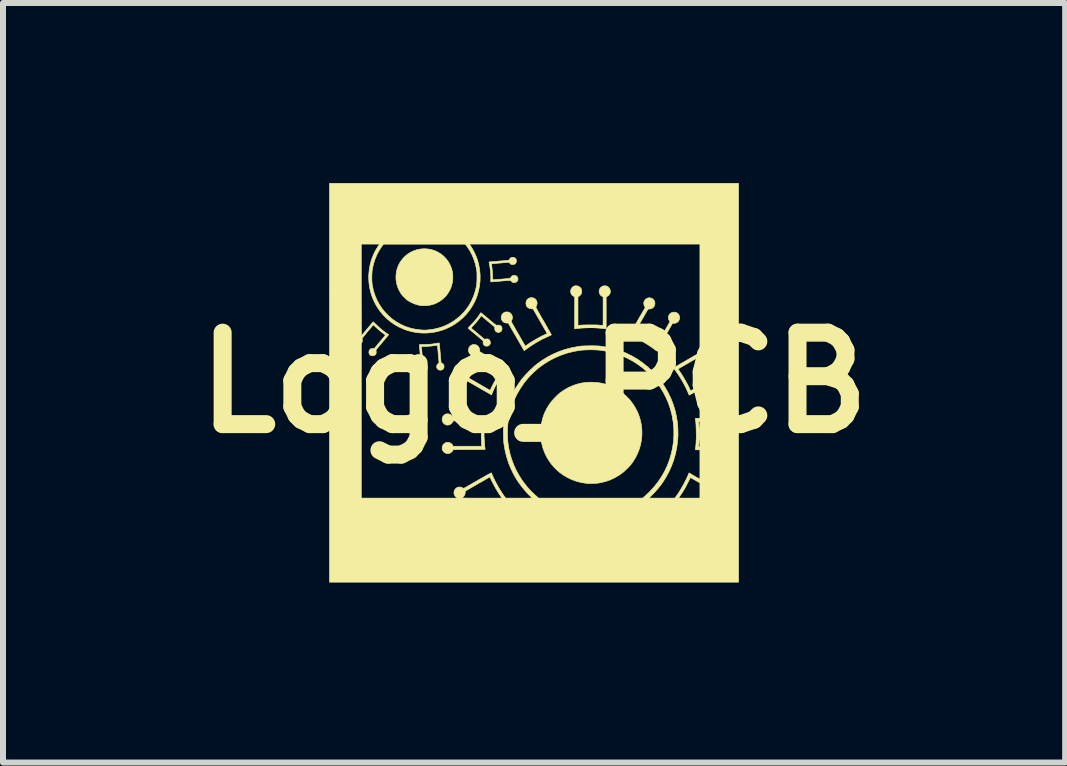
<source format=kicad_pcb>
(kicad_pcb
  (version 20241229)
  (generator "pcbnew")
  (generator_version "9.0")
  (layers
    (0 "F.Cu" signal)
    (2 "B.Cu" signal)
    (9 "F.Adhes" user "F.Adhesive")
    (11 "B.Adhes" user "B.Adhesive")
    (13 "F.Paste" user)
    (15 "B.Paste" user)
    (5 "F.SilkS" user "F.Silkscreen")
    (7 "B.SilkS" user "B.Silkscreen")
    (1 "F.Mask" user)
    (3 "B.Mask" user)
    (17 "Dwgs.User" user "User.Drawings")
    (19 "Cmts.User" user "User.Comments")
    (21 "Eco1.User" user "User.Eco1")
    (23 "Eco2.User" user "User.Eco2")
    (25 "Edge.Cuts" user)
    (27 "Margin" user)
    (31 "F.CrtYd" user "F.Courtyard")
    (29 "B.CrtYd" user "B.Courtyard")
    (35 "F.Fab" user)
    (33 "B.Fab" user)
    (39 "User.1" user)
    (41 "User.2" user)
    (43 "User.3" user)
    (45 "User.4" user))
  (footprint "Logo_PCB"
    (layer "F.Cu")
    (at 5.849 3.328)
    (property "Reference" "Logo_PCB" (at 0 0 0) (layer "F.SilkS") (effects (font (size 1.524 1.524) (thickness 0.3))))
    (attr through_hole)
    (fp_poly (pts (xy -1.775 -2.23) (xy -1.715 -2.22) (xy -1.656 -2.202) (xy -1.616 -2.184) (xy -1.561 -2.152) (xy -1.512 -2.114) (xy -1.469 -2.071) (xy -1.432 -2.022) (xy -1.401 -1.968) (xy -1.377 -1.911) (xy -1.361 -1.85) (xy -1.36 -1.846) (xy -1.356 -1.813) (xy -1.354 -1.776) (xy -1.354 -1.737) (xy -1.357 -1.7) (xy -1.361 -1.671) (xy -1.376 -1.61) (xy -1.399 -1.552) (xy -1.429 -1.499) (xy -1.465 -1.45) (xy -1.507 -1.407) (xy -1.555 -1.369) (xy -1.607 -1.337) (xy -1.663 -1.312) (xy -1.723 -1.295) (xy -1.75 -1.29) (xy -1.782 -1.287) (xy -1.816 -1.285) (xy -1.849 -1.285) (xy -1.878 -1.286) (xy -1.89 -1.287) (xy -1.942 -1.298) (xy -1.996 -1.315) (xy -2.047 -1.338) (xy -2.095 -1.365) (xy -2.096 -1.366) (xy -2.121 -1.384) (xy -2.148 -1.408) (xy -2.174 -1.434) (xy -2.198 -1.461) (xy -2.217 -1.486) (xy -2.219 -1.489) (xy -2.251 -1.544) (xy -2.275 -1.601) (xy -2.291 -1.66) (xy -2.3 -1.719) (xy -2.301 -1.779) (xy -2.295 -1.839) (xy -2.282 -1.897) (xy -2.261 -1.953) (xy -2.233 -2.007) (xy -2.197 -2.057) (xy -2.163 -2.095) (xy -2.116 -2.136) (xy -2.066 -2.17) (xy -2.011 -2.196) (xy -1.954 -2.216) (xy -1.896 -2.228) (xy -1.836 -2.233) (xy -1.775 -2.23)) (stroke (width 0.01) (type solid)) (fill yes) (layer "F.SilkS"))
    (fp_poly (pts (xy 1.042 -0.005) (xy 1.125 0.007) (xy 1.205 0.027) (xy 1.283 0.056) (xy 1.357 0.092) (xy 1.414 0.126) (xy 1.482 0.175) (xy 1.543 0.23) (xy 1.599 0.289) (xy 1.647 0.352) (xy 1.689 0.419) (xy 1.725 0.488) (xy 1.753 0.561) (xy 1.775 0.636) (xy 1.79 0.712) (xy 1.797 0.789) (xy 1.798 0.867) (xy 1.791 0.945) (xy 1.777 1.023) (xy 1.756 1.1) (xy 1.727 1.175) (xy 1.691 1.248) (xy 1.647 1.319) (xy 1.622 1.353) (xy 1.603 1.376) (xy 1.579 1.402) (xy 1.552 1.429) (xy 1.524 1.456) (xy 1.497 1.481) (xy 1.481 1.494) (xy 1.415 1.542) (xy 1.343 1.584) (xy 1.268 1.619) (xy 1.19 1.646) (xy 1.11 1.665) (xy 1.082 1.67) (xy 1.052 1.674) (xy 1.018 1.676) (xy 0.981 1.678) (xy 0.944 1.679) (xy 0.91 1.678) (xy 0.881 1.677) (xy 0.874 1.676) (xy 0.791 1.664) (xy 0.71 1.643) (xy 0.631 1.615) (xy 0.556 1.579) (xy 0.485 1.537) (xy 0.418 1.488) (xy 0.363 1.438) (xy 0.305 1.376) (xy 0.255 1.309) (xy 0.211 1.238) (xy 0.176 1.164) (xy 0.147 1.086) (xy 0.127 1.006) (xy 0.114 0.923) (xy 0.11 0.838) (xy 0.11 0.836) (xy 0.114 0.75) (xy 0.126 0.667) (xy 0.146 0.586) (xy 0.173 0.509) (xy 0.209 0.435) (xy 0.252 0.364) (xy 0.302 0.298) (xy 0.345 0.251) (xy 0.392 0.204) (xy 0.439 0.164) (xy 0.488 0.13) (xy 0.54 0.098) (xy 0.582 0.076) (xy 0.655 0.044) (xy 0.728 0.02) (xy 0.803 0.003) (xy 0.88 -0.007) (xy 0.957 -0.009) (xy 1.042 -0.005)) (stroke (width 0.01) (type solid)) (fill yes) (layer "F.SilkS"))
    (fp_poly (pts (xy -0.883 -1.165) (xy -0.874 -1.158) (xy -0.86 -1.147) (xy -0.841 -1.131) (xy -0.819 -1.113) (xy -0.794 -1.092) (xy -0.766 -1.069) (xy -0.757 -1.061) (xy -0.724 -1.033) (xy -0.696 -1.01) (xy -0.674 -0.992) (xy -0.656 -0.978) (xy -0.643 -0.968) (xy -0.633 -0.961) (xy -0.626 -0.958) (xy -0.623 -0.957) (xy -0.622 -0.957) (xy -0.608 -0.961) (xy -0.59 -0.961) (xy -0.573 -0.958) (xy -0.558 -0.951) (xy -0.544 -0.939) (xy -0.536 -0.924) (xy -0.534 -0.904) (xy -0.533 -0.9) (xy -0.537 -0.877) (xy -0.547 -0.859) (xy -0.563 -0.846) (xy -0.565 -0.845) (xy -0.587 -0.839) (xy -0.608 -0.84) (xy -0.627 -0.847) (xy -0.642 -0.861) (xy -0.652 -0.879) (xy -0.655 -0.901) (xy -0.655 -0.905) (xy -0.654 -0.928) (xy -0.766 -1.022) (xy -0.878 -1.117) (xy -0.887 -1.106) (xy -0.893 -1.098) (xy -0.902 -1.086) (xy -0.914 -1.07) (xy -0.926 -1.053) (xy -0.941 -1.034) (xy -0.96 -1.012) (xy -0.98 -0.989) (xy -1 -0.967) (xy -1.004 -0.963) (xy -1.02 -0.946) (xy -1.033 -0.931) (xy -1.043 -0.919) (xy -1.047 -0.912) (xy -1.047 -0.911) (xy -1.043 -0.907) (xy -1.034 -0.899) (xy -1.019 -0.886) (xy -1 -0.871) (xy -0.978 -0.852) (xy -0.953 -0.831) (xy -0.935 -0.816) (xy -0.826 -0.724) (xy -0.805 -0.729) (xy -0.781 -0.731) (xy -0.76 -0.726) (xy -0.744 -0.714) (xy -0.733 -0.697) (xy -0.728 -0.675) (xy -0.728 -0.67) (xy -0.73 -0.649) (xy -0.738 -0.634) (xy -0.751 -0.621) (xy -0.753 -0.619) (xy -0.77 -0.612) (xy -0.79 -0.61) (xy -0.81 -0.612) (xy -0.822 -0.617) (xy -0.836 -0.63) (xy -0.845 -0.647) (xy -0.85 -0.667) (xy -0.849 -0.679) (xy -0.846 -0.697) (xy -0.971 -0.802) (xy -0.999 -0.825) (xy -1.025 -0.847) (xy -1.048 -0.866) (xy -1.068 -0.883) (xy -1.083 -0.896) (xy -1.093 -0.905) (xy -1.098 -0.91) (xy -1.098 -0.91) (xy -1.096 -0.914) (xy -1.089 -0.923) (xy -1.077 -0.935) (xy -1.063 -0.951) (xy -1.049 -0.966) (xy -1.008 -1.008) (xy -0.973 -1.049) (xy -0.94 -1.09) (xy -0.913 -1.128) (xy -0.903 -1.144) (xy -0.894 -1.157) (xy -0.888 -1.165) (xy -0.886 -1.168) (xy -0.883 -1.165)) (stroke (width 0.01) (type solid)) (fill yes) (layer "F.SilkS"))
    (fp_poly (pts (xy -0.972 -0.634) (xy -0.949 -0.623) (xy -0.939 -0.615) (xy -0.92 -0.593) (xy -0.909 -0.568) (xy -0.906 -0.542) (xy -0.906 -0.519) (xy -0.676 -0.386) (xy -0.445 -0.254) (xy -0.48 -0.208) (xy -0.525 -0.145) (xy -0.569 -0.077) (xy -0.61 -0.007) (xy -0.648 0.064) (xy -0.68 0.133) (xy -0.696 0.17) (xy -0.709 0.202) (xy -0.94 0.069) (xy -0.988 0.041) (xy -1.03 0.017) (xy -1.065 -0.003) (xy -1.095 -0.02) (xy -1.119 -0.033) (xy -1.138 -0.044) (xy -1.153 -0.051) (xy -1.164 -0.056) (xy -1.171 -0.059) (xy -1.175 -0.06) (xy -1.177 -0.06) (xy -1.203 -0.046) (xy -1.23 -0.039) (xy -1.258 -0.04) (xy -1.264 -0.042) (xy -1.287 -0.052) (xy -1.307 -0.069) (xy -1.321 -0.09) (xy -1.329 -0.113) (xy -1.331 -0.139) (xy -1.326 -0.164) (xy -1.318 -0.181) (xy -1.3 -0.204) (xy -1.278 -0.219) (xy -1.253 -0.227) (xy -1.247 -0.228) (xy -1.218 -0.227) (xy -1.192 -0.218) (xy -1.171 -0.203) (xy -1.155 -0.182) (xy -1.146 -0.156) (xy -1.143 -0.138) (xy -1.141 -0.109) (xy -0.94 0.007) (xy -0.902 0.029) (xy -0.866 0.05) (xy -0.833 0.069) (xy -0.804 0.086) (xy -0.779 0.1) (xy -0.759 0.112) (xy -0.744 0.12) (xy -0.735 0.125) (xy -0.733 0.126) (xy -0.729 0.125) (xy -0.728 0.123) (xy -0.726 0.117) (xy -0.721 0.106) (xy -0.714 0.089) (xy -0.704 0.069) (xy -0.694 0.049) (xy -0.672 0.006) (xy -0.647 -0.039) (xy -0.621 -0.085) (xy -0.594 -0.129) (xy -0.568 -0.169) (xy -0.55 -0.195) (xy -0.539 -0.211) (xy -0.53 -0.225) (xy -0.523 -0.235) (xy -0.521 -0.239) (xy -0.521 -0.239) (xy -0.526 -0.242) (xy -0.537 -0.248) (xy -0.554 -0.258) (xy -0.575 -0.27) (xy -0.601 -0.285) (xy -0.63 -0.302) (xy -0.661 -0.32) (xy -0.694 -0.338) (xy -0.727 -0.358) (xy -0.761 -0.377) (xy -0.793 -0.396) (xy -0.824 -0.413) (xy -0.853 -0.43) (xy -0.878 -0.444) (xy -0.899 -0.456) (xy -0.915 -0.465) (xy -0.925 -0.47) (xy -0.928 -0.472) (xy -0.937 -0.472) (xy -0.947 -0.467) (xy -0.947 -0.466) (xy -0.971 -0.454) (xy -0.995 -0.45) (xy -1.019 -0.452) (xy -1.041 -0.46) (xy -1.061 -0.473) (xy -1.077 -0.49) (xy -1.088 -0.512) (xy -1.093 -0.536) (xy -1.092 -0.562) (xy -1.091 -0.567) (xy -1.08 -0.592) (xy -1.064 -0.612) (xy -1.044 -0.627) (xy -1.021 -0.636) (xy -0.997 -0.638) (xy -0.972 -0.634)) (stroke (width 0.01) (type solid)) (fill yes) (layer "F.SilkS"))
    (fp_poly (pts (xy 1.935 -1.415) (xy 1.962 -1.407) (xy 1.983 -1.393) (xy 1.999 -1.375) (xy 2.009 -1.355) (xy 2.014 -1.333) (xy 2.014 -1.31) (xy 2.008 -1.288) (xy 1.998 -1.268) (xy 1.982 -1.251) (xy 1.962 -1.238) (xy 1.936 -1.23) (xy 1.925 -1.228) (xy 1.899 -1.227) (xy 1.784 -1.027) (xy 1.762 -0.989) (xy 1.741 -0.954) (xy 1.722 -0.921) (xy 1.706 -0.892) (xy 1.691 -0.867) (xy 1.68 -0.846) (xy 1.672 -0.831) (xy 1.667 -0.823) (xy 1.666 -0.821) (xy 1.667 -0.818) (xy 1.673 -0.813) (xy 1.685 -0.806) (xy 1.703 -0.796) (xy 1.72 -0.788) (xy 1.773 -0.762) (xy 1.824 -0.734) (xy 1.876 -0.704) (xy 1.931 -0.669) (xy 1.952 -0.655) (xy 1.974 -0.641) (xy 1.993 -0.628) (xy 2.01 -0.618) (xy 2.022 -0.612) (xy 2.028 -0.609) (xy 2.028 -0.609) (xy 2.031 -0.613) (xy 2.037 -0.624) (xy 2.047 -0.641) (xy 2.06 -0.663) (xy 2.076 -0.689) (xy 2.094 -0.72) (xy 2.113 -0.754) (xy 2.134 -0.791) (xy 2.148 -0.814) (xy 2.265 -1.017) (xy 2.257 -1.028) (xy 2.246 -1.049) (xy 2.24 -1.07) (xy 2.24 -1.085) (xy 2.243 -1.113) (xy 2.254 -1.137) (xy 2.271 -1.156) (xy 2.294 -1.169) (xy 2.321 -1.176) (xy 2.335 -1.177) (xy 2.362 -1.173) (xy 2.386 -1.162) (xy 2.405 -1.145) (xy 2.418 -1.123) (xy 2.425 -1.097) (xy 2.426 -1.085) (xy 2.422 -1.056) (xy 2.411 -1.032) (xy 2.394 -1.012) (xy 2.372 -0.998) (xy 2.345 -0.991) (xy 2.331 -0.991) (xy 2.308 -0.991) (xy 2.182 -0.772) (xy 2.159 -0.732) (xy 2.137 -0.694) (xy 2.117 -0.659) (xy 2.099 -0.627) (xy 2.083 -0.599) (xy 2.069 -0.576) (xy 2.059 -0.558) (xy 2.052 -0.546) (xy 2.049 -0.541) (xy 2.042 -0.53) (xy 2.019 -0.548) (xy 1.956 -0.594) (xy 1.887 -0.64) (xy 1.814 -0.684) (xy 1.739 -0.724) (xy 1.665 -0.76) (xy 1.632 -0.775) (xy 1.615 -0.782) (xy 1.601 -0.788) (xy 1.591 -0.792) (xy 1.589 -0.793) (xy 1.59 -0.797) (xy 1.596 -0.808) (xy 1.606 -0.824) (xy 1.618 -0.846) (xy 1.633 -0.873) (xy 1.651 -0.904) (xy 1.671 -0.939) (xy 1.693 -0.976) (xy 1.716 -1.016) (xy 1.72 -1.024) (xy 1.853 -1.254) (xy 1.842 -1.271) (xy 1.833 -1.292) (xy 1.829 -1.316) (xy 1.83 -1.341) (xy 1.837 -1.363) (xy 1.837 -1.364) (xy 1.851 -1.384) (xy 1.871 -1.4) (xy 1.893 -1.411) (xy 1.917 -1.416) (xy 1.935 -1.415)) (stroke (width 0.01) (type solid)) (fill yes) (layer "F.SilkS"))
    (fp_poly (pts (xy -1.58 -0.663) (xy -1.579 -0.658) (xy -1.578 -0.647) (xy -1.576 -0.629) (xy -1.574 -0.606) (xy -1.571 -0.579) (xy -1.568 -0.549) (xy -1.565 -0.517) (xy -1.562 -0.485) (xy -1.56 -0.453) (xy -1.557 -0.422) (xy -1.554 -0.394) (xy -1.552 -0.37) (xy -1.551 -0.35) (xy -1.55 -0.337) (xy -1.55 -0.334) (xy -1.546 -0.331) (xy -1.537 -0.327) (xy -1.535 -0.327) (xy -1.518 -0.316) (xy -1.506 -0.3) (xy -1.5 -0.28) (xy -1.5 -0.28) (xy -1.5 -0.257) (xy -1.508 -0.238) (xy -1.521 -0.222) (xy -1.538 -0.213) (xy -1.559 -0.209) (xy -1.581 -0.212) (xy -1.589 -0.215) (xy -1.607 -0.227) (xy -1.618 -0.243) (xy -1.624 -0.262) (xy -1.622 -0.282) (xy -1.614 -0.302) (xy -1.6 -0.318) (xy -1.583 -0.333) (xy -1.596 -0.479) (xy -1.599 -0.513) (xy -1.602 -0.544) (xy -1.604 -0.572) (xy -1.607 -0.595) (xy -1.608 -0.612) (xy -1.61 -0.622) (xy -1.61 -0.625) (xy -1.615 -0.625) (xy -1.626 -0.624) (xy -1.641 -0.622) (xy -1.649 -0.62) (xy -1.72 -0.611) (xy -1.791 -0.606) (xy -1.825 -0.605) (xy -1.846 -0.605) (xy -1.861 -0.605) (xy -1.869 -0.604) (xy -1.874 -0.602) (xy -1.875 -0.599) (xy -1.875 -0.596) (xy -1.875 -0.588) (xy -1.874 -0.574) (xy -1.872 -0.554) (xy -1.87 -0.53) (xy -1.868 -0.503) (xy -1.865 -0.473) (xy -1.862 -0.443) (xy -1.86 -0.413) (xy -1.857 -0.385) (xy -1.855 -0.359) (xy -1.853 -0.338) (xy -1.851 -0.321) (xy -1.85 -0.311) (xy -1.849 -0.308) (xy -1.832 -0.299) (xy -1.821 -0.291) (xy -1.814 -0.284) (xy -1.808 -0.276) (xy -1.807 -0.274) (xy -1.801 -0.253) (xy -1.801 -0.232) (xy -1.809 -0.212) (xy -1.822 -0.196) (xy -1.825 -0.194) (xy -1.84 -0.187) (xy -1.858 -0.184) (xy -1.877 -0.185) (xy -1.886 -0.188) (xy -1.904 -0.2) (xy -1.916 -0.216) (xy -1.921 -0.238) (xy -1.921 -0.238) (xy -1.92 -0.262) (xy -1.912 -0.281) (xy -1.898 -0.295) (xy -1.896 -0.296) (xy -1.887 -0.303) (xy -1.884 -0.311) (xy -1.884 -0.317) (xy -1.885 -0.331) (xy -1.887 -0.351) (xy -1.889 -0.376) (xy -1.891 -0.405) (xy -1.894 -0.438) (xy -1.897 -0.465) (xy -1.9 -0.5) (xy -1.902 -0.533) (xy -1.905 -0.562) (xy -1.907 -0.587) (xy -1.908 -0.606) (xy -1.909 -0.619) (xy -1.909 -0.624) (xy -1.909 -0.637) (xy -1.83 -0.637) (xy -1.785 -0.638) (xy -1.746 -0.64) (xy -1.709 -0.644) (xy -1.671 -0.649) (xy -1.629 -0.656) (xy -1.626 -0.657) (xy -1.608 -0.66) (xy -1.593 -0.662) (xy -1.583 -0.663) (xy -1.58 -0.663)) (stroke (width 0.01) (type solid)) (fill yes) (layer "F.SilkS"))
    (fp_poly (pts (xy -0.014 -1.414) (xy 0.01 -1.404) (xy 0.029 -1.387) (xy 0.043 -1.365) (xy 0.05 -1.338) (xy 0.051 -1.326) (xy 0.048 -1.304) (xy 0.042 -1.283) (xy 0.033 -1.267) (xy 0.032 -1.266) (xy 0.031 -1.264) (xy 0.031 -1.26) (xy 0.033 -1.255) (xy 0.036 -1.247) (xy 0.041 -1.236) (xy 0.049 -1.222) (xy 0.059 -1.203) (xy 0.072 -1.18) (xy 0.088 -1.152) (xy 0.107 -1.118) (xy 0.13 -1.078) (xy 0.157 -1.032) (xy 0.18 -0.992) (xy 0.202 -0.953) (xy 0.222 -0.918) (xy 0.24 -0.886) (xy 0.256 -0.858) (xy 0.269 -0.835) (xy 0.279 -0.817) (xy 0.286 -0.806) (xy 0.289 -0.8) (xy 0.289 -0.8) (xy 0.286 -0.797) (xy 0.276 -0.791) (xy 0.261 -0.784) (xy 0.242 -0.775) (xy 0.233 -0.771) (xy 0.128 -0.722) (xy 0.028 -0.666) (xy -0.068 -0.604) (xy -0.117 -0.569) (xy -0.164 -0.534) (xy -0.297 -0.765) (xy -0.43 -0.995) (xy -0.454 -0.995) (xy -0.481 -0.998) (xy -0.504 -1.009) (xy -0.523 -1.024) (xy -0.537 -1.043) (xy -0.545 -1.066) (xy -0.548 -1.089) (xy -0.544 -1.113) (xy -0.534 -1.136) (xy -0.517 -1.157) (xy -0.515 -1.159) (xy -0.494 -1.173) (xy -0.471 -1.18) (xy -0.444 -1.18) (xy -0.419 -1.175) (xy -0.397 -1.162) (xy -0.38 -1.145) (xy -0.368 -1.124) (xy -0.361 -1.1) (xy -0.361 -1.075) (xy -0.367 -1.05) (xy -0.377 -1.033) (xy -0.378 -1.031) (xy -0.379 -1.028) (xy -0.379 -1.024) (xy -0.378 -1.02) (xy -0.375 -1.013) (xy -0.371 -1.003) (xy -0.364 -0.99) (xy -0.355 -0.974) (xy -0.343 -0.953) (xy -0.329 -0.927) (xy -0.31 -0.895) (xy -0.288 -0.857) (xy -0.266 -0.819) (xy -0.244 -0.781) (xy -0.224 -0.745) (xy -0.205 -0.712) (xy -0.188 -0.683) (xy -0.173 -0.658) (xy -0.161 -0.637) (xy -0.153 -0.622) (xy -0.148 -0.614) (xy -0.147 -0.612) (xy -0.143 -0.612) (xy -0.135 -0.616) (xy -0.129 -0.621) (xy -0.104 -0.639) (xy -0.074 -0.66) (xy -0.038 -0.682) (xy -0.000067 -0.705) (xy 0.04 -0.729) (xy 0.08 -0.751) (xy 0.118 -0.772) (xy 0.153 -0.789) (xy 0.172 -0.798) (xy 0.19 -0.806) (xy 0.205 -0.813) (xy 0.215 -0.817) (xy 0.219 -0.819) (xy 0.219 -0.819) (xy 0.217 -0.823) (xy 0.212 -0.833) (xy 0.202 -0.85) (xy 0.19 -0.871) (xy 0.175 -0.898) (xy 0.158 -0.928) (xy 0.138 -0.962) (xy 0.117 -0.999) (xy 0.102 -1.025) (xy -0.016 -1.23) (xy -0.045 -1.232) (xy -0.075 -1.238) (xy -0.099 -1.25) (xy -0.118 -1.268) (xy -0.13 -1.291) (xy -0.135 -1.318) (xy -0.135 -1.326) (xy -0.131 -1.354) (xy -0.12 -1.378) (xy -0.103 -1.397) (xy -0.081 -1.411) (xy -0.055 -1.417) (xy -0.042 -1.418) (xy -0.014 -1.414)) (stroke (width 0.01) (type solid)) (fill yes) (layer "F.SilkS"))
    (fp_poly (pts (xy -0.343 -2.09) (xy -0.325 -2.084) (xy -0.309 -2.072) (xy -0.298 -2.055) (xy -0.294 -2.04) (xy -0.294 -2.017) (xy -0.303 -1.997) (xy -0.313 -1.983) (xy -0.329 -1.973) (xy -0.349 -1.969) (xy -0.368 -1.97) (xy -0.387 -1.976) (xy -0.401 -1.988) (xy -0.406 -1.994) (xy -0.414 -2.004) (xy -0.423 -2.006) (xy -0.431 -2.006) (xy -0.446 -2.005) (xy -0.466 -2.003) (xy -0.491 -2.001) (xy -0.518 -1.999) (xy -0.547 -1.996) (xy -0.578 -1.994) (xy -0.607 -1.991) (xy -0.635 -1.988) (xy -0.66 -1.986) (xy -0.682 -1.984) (xy -0.697 -1.982) (xy -0.707 -1.981) (xy -0.709 -1.981) (xy -0.709 -1.976) (xy -0.708 -1.965) (xy -0.706 -1.949) (xy -0.703 -1.929) (xy -0.702 -1.926) (xy -0.699 -1.903) (xy -0.697 -1.875) (xy -0.694 -1.844) (xy -0.692 -1.813) (xy -0.691 -1.796) (xy -0.69 -1.771) (xy -0.689 -1.75) (xy -0.688 -1.732) (xy -0.687 -1.721) (xy -0.686 -1.717) (xy -0.681 -1.717) (xy -0.669 -1.717) (xy -0.65 -1.719) (xy -0.626 -1.72) (xy -0.598 -1.723) (xy -0.566 -1.725) (xy -0.539 -1.727) (xy -0.498 -1.731) (xy -0.465 -1.734) (xy -0.438 -1.737) (xy -0.419 -1.739) (xy -0.405 -1.742) (xy -0.396 -1.744) (xy -0.392 -1.746) (xy -0.392 -1.746) (xy -0.387 -1.754) (xy -0.38 -1.764) (xy -0.38 -1.765) (xy -0.368 -1.778) (xy -0.351 -1.787) (xy -0.332 -1.79) (xy -0.312 -1.788) (xy -0.296 -1.781) (xy -0.281 -1.767) (xy -0.271 -1.749) (xy -0.267 -1.73) (xy -0.267 -1.729) (xy -0.27 -1.711) (xy -0.28 -1.692) (xy -0.295 -1.678) (xy -0.296 -1.678) (xy -0.315 -1.67) (xy -0.336 -1.669) (xy -0.358 -1.674) (xy -0.359 -1.675) (xy -0.371 -1.683) (xy -0.38 -1.693) (xy -0.381 -1.694) (xy -0.383 -1.698) (xy -0.385 -1.701) (xy -0.388 -1.703) (xy -0.392 -1.704) (xy -0.399 -1.705) (xy -0.409 -1.705) (xy -0.424 -1.705) (xy -0.443 -1.703) (xy -0.467 -1.702) (xy -0.498 -1.699) (xy -0.537 -1.696) (xy -0.563 -1.693) (xy -0.597 -1.69) (xy -0.629 -1.688) (xy -0.658 -1.685) (xy -0.681 -1.683) (xy -0.7 -1.682) (xy -0.712 -1.681) (xy -0.716 -1.681) (xy -0.719 -1.681) (xy -0.721 -1.685) (xy -0.722 -1.692) (xy -0.722 -1.704) (xy -0.721 -1.724) (xy -0.721 -1.724) (xy -0.72 -1.757) (xy -0.722 -1.795) (xy -0.724 -1.837) (xy -0.729 -1.88) (xy -0.734 -1.921) (xy -0.737 -1.938) (xy -0.741 -1.959) (xy -0.744 -1.978) (xy -0.746 -1.992) (xy -0.748 -2) (xy -0.75 -2.013) (xy -0.607 -2.025) (xy -0.562 -2.029) (xy -0.525 -2.032) (xy -0.495 -2.034) (xy -0.471 -2.037) (xy -0.452 -2.039) (xy -0.438 -2.04) (xy -0.428 -2.042) (xy -0.422 -2.044) (xy -0.417 -2.046) (xy -0.415 -2.048) (xy -0.413 -2.051) (xy -0.412 -2.055) (xy -0.41 -2.058) (xy -0.397 -2.075) (xy -0.381 -2.086) (xy -0.362 -2.091) (xy -0.343 -2.09)) (stroke (width 0.01) (type solid)) (fill yes) (layer "F.SilkS"))
    (fp_poly (pts (xy 1.2 -1.614) (xy 1.225 -1.605) (xy 1.246 -1.588) (xy 1.262 -1.565) (xy 1.269 -1.544) (xy 1.271 -1.52) (xy 1.269 -1.497) (xy 1.265 -1.486) (xy 1.254 -1.468) (xy 1.239 -1.452) (xy 1.222 -1.439) (xy 1.216 -1.437) (xy 1.202 -1.431) (xy 1.202 -0.897) (xy 1.188 -0.899) (xy 1.172 -0.902) (xy 1.149 -0.904) (xy 1.121 -0.907) (xy 1.09 -0.91) (xy 1.058 -0.912) (xy 1.026 -0.915) (xy 0.997 -0.916) (xy 0.988 -0.917) (xy 0.958 -0.917) (xy 0.923 -0.917) (xy 0.884 -0.916) (xy 0.845 -0.914) (xy 0.806 -0.912) (xy 0.769 -0.909) (xy 0.735 -0.906) (xy 0.707 -0.903) (xy 0.687 -0.899) (xy 0.677 -0.897) (xy 0.677 -0.929) (xy 1.139 -0.929) (xy 1.141 -0.927) (xy 1.143 -0.929) (xy 1.141 -0.931) (xy 1.139 -0.929) (xy 0.677 -0.929) (xy 0.677 -0.933) (xy 1.096 -0.933) (xy 1.099 -0.931) (xy 1.101 -0.933) (xy 1.118 -0.933) (xy 1.12 -0.931) (xy 1.122 -0.933) (xy 1.12 -0.936) (xy 1.118 -0.933) (xy 1.101 -0.933) (xy 1.099 -0.936) (xy 1.096 -0.933) (xy 0.677 -0.933) (xy 0.677 -0.938) (xy 1.041 -0.938) (xy 1.044 -0.936) (xy 1.046 -0.938) (xy 1.071 -0.938) (xy 1.073 -0.936) (xy 1.075 -0.938) (xy 1.073 -0.94) (xy 1.071 -0.938) (xy 1.046 -0.938) (xy 1.044 -0.94) (xy 1.041 -0.938) (xy 0.677 -0.938) (xy 0.677 -0.942) (xy 0.876 -0.942) (xy 0.878 -0.94) (xy 0.879 -0.941) (xy 0.992 -0.941) (xy 0.997 -0.94) (xy 1.002 -0.941) (xy 1.002 -0.942) (xy 0.996 -0.943) (xy 0.994 -0.943) (xy 0.992 -0.941) (xy 0.879 -0.941) (xy 0.881 -0.942) (xy 0.878 -0.944) (xy 0.876 -0.942) (xy 0.677 -0.942) (xy 0.677 -1.431) (xy 0.664 -1.438) (xy 0.639 -1.454) (xy 0.622 -1.475) (xy 0.612 -1.5) (xy 0.61 -1.522) (xy 0.613 -1.55) (xy 0.624 -1.574) (xy 0.64 -1.593) (xy 0.66 -1.607) (xy 0.683 -1.615) (xy 0.709 -1.616) (xy 0.736 -1.61) (xy 0.745 -1.605) (xy 0.769 -1.59) (xy 0.784 -1.57) (xy 0.793 -1.546) (xy 0.795 -1.533) (xy 0.795 -1.516) (xy 0.793 -1.5) (xy 0.792 -1.492) (xy 0.783 -1.476) (xy 0.771 -1.459) (xy 0.756 -1.446) (xy 0.745 -1.439) (xy 0.732 -1.434) (xy 0.732 -0.956) (xy 0.759 -0.958) (xy 0.783 -0.96) (xy 0.815 -0.962) (xy 0.851 -0.963) (xy 0.89 -0.964) (xy 0.93 -0.964) (xy 0.97 -0.964) (xy 1.007 -0.964) (xy 1.04 -0.963) (xy 1.067 -0.962) (xy 1.071 -0.961) (xy 1.094 -0.959) (xy 1.115 -0.958) (xy 1.132 -0.956) (xy 1.142 -0.955) (xy 1.146 -0.954) (xy 1.147 -0.954) (xy 1.148 -0.957) (xy 1.149 -0.964) (xy 1.15 -0.973) (xy 1.15 -0.987) (xy 1.151 -1.007) (xy 1.151 -1.031) (xy 1.151 -1.062) (xy 1.151 -1.099) (xy 1.151 -1.144) (xy 1.151 -1.191) (xy 1.151 -1.431) (xy 1.135 -1.439) (xy 1.113 -1.454) (xy 1.097 -1.474) (xy 1.088 -1.496) (xy 1.084 -1.519) (xy 1.086 -1.542) (xy 1.094 -1.564) (xy 1.107 -1.584) (xy 1.125 -1.6) (xy 1.147 -1.611) (xy 1.172 -1.616) (xy 1.2 -1.614)) (stroke (width 0.01) (type solid)) (fill yes) (layer "F.SilkS"))
    (fp_poly (pts (xy -1.407 0.523) (xy -1.4 0.526) (xy -1.385 0.535) (xy -1.371 0.547) (xy -1.359 0.56) (xy -1.352 0.572) (xy -1.35 0.578) (xy -1.349 0.58) (xy -1.345 0.581) (xy -1.338 0.582) (xy -1.327 0.582) (xy -1.311 0.583) (xy -1.291 0.583) (xy -1.265 0.584) (xy -1.232 0.584) (xy -1.193 0.584) (xy -1.147 0.584) (xy -1.093 0.584) (xy -1.081 0.584) (xy -0.812 0.584) (xy -0.815 0.598) (xy -0.821 0.641) (xy -0.826 0.691) (xy -0.83 0.743) (xy -0.832 0.797) (xy -0.833 0.849) (xy -0.833 0.896) (xy -0.832 0.901) (xy -0.831 0.927) (xy -0.829 0.956) (xy -0.827 0.986) (xy -0.825 1.016) (xy -0.823 1.043) (xy -0.82 1.068) (xy -0.818 1.088) (xy -0.816 1.101) (xy -0.815 1.106) (xy -0.814 1.107) (xy -0.816 1.109) (xy -0.818 1.11) (xy -0.824 1.111) (xy -0.832 1.111) (xy -0.844 1.112) (xy -0.86 1.112) (xy -0.881 1.113) (xy -0.907 1.113) (xy -0.94 1.113) (xy -0.979 1.113) (xy -1.025 1.113) (xy -1.079 1.113) (xy -1.081 1.113) (xy -1.137 1.113) (xy -1.185 1.113) (xy -1.225 1.114) (xy -1.259 1.114) (xy -1.286 1.114) (xy -1.308 1.115) (xy -1.324 1.115) (xy -1.336 1.116) (xy -1.344 1.117) (xy -1.349 1.118) (xy -1.35 1.119) (xy -1.35 1.119) (xy -1.354 1.129) (xy -1.363 1.142) (xy -1.375 1.155) (xy -1.389 1.166) (xy -1.398 1.171) (xy -1.425 1.18) (xy -1.45 1.18) (xy -1.475 1.173) (xy -1.482 1.169) (xy -1.504 1.153) (xy -1.52 1.133) (xy -1.53 1.11) (xy -1.532 1.085) (xy -1.528 1.06) (xy -1.518 1.037) (xy -1.5 1.016) (xy -1.477 1.001) (xy -1.451 0.993) (xy -1.425 0.993) (xy -1.4 1.001) (xy -1.377 1.016) (xy -1.372 1.021) (xy -1.362 1.032) (xy -1.355 1.043) (xy -1.352 1.048) (xy -1.35 1.058) (xy -0.871 1.058) (xy -0.874 1.036) (xy -0.875 1.017) (xy -0.876 0.991) (xy -0.877 0.959) (xy -0.878 0.923) (xy -0.879 0.885) (xy -0.879 0.847) (xy -0.879 0.809) (xy -0.879 0.779) (xy -0.859 0.779) (xy -0.858 0.782) (xy -0.857 0.782) (xy -0.856 0.777) (xy -0.857 0.776) (xy -0.859 0.777) (xy -0.859 0.779) (xy -0.879 0.779) (xy -0.878 0.773) (xy -0.878 0.741) (xy -0.878 0.739) (xy -0.855 0.739) (xy -0.853 0.741) (xy -0.851 0.739) (xy -0.853 0.737) (xy -0.855 0.739) (xy -0.878 0.739) (xy -0.877 0.714) (xy -0.876 0.709) (xy -0.855 0.709) (xy -0.853 0.711) (xy -0.851 0.709) (xy -0.853 0.707) (xy -0.855 0.709) (xy -0.876 0.709) (xy -0.876 0.694) (xy -0.875 0.693) (xy -0.874 0.684) (xy -0.851 0.684) (xy -0.849 0.686) (xy -0.847 0.684) (xy -0.849 0.682) (xy -0.851 0.684) (xy -0.874 0.684) (xy -0.872 0.663) (xy -0.851 0.663) (xy -0.849 0.665) (xy -0.847 0.663) (xy -0.849 0.66) (xy -0.851 0.663) (xy -0.872 0.663) (xy -0.871 0.646) (xy -0.847 0.646) (xy -0.845 0.648) (xy -0.842 0.646) (xy -0.845 0.643) (xy -0.847 0.646) (xy -0.871 0.646) (xy -0.87 0.635) (xy -1.346 0.635) (xy -1.353 0.65) (xy -1.368 0.672) (xy -1.389 0.69) (xy -1.412 0.701) (xy -1.438 0.706) (xy -1.463 0.703) (xy -1.485 0.693) (xy -1.504 0.679) (xy -1.518 0.66) (xy -1.528 0.638) (xy -1.532 0.614) (xy -1.529 0.588) (xy -1.521 0.567) (xy -1.505 0.544) (xy -1.484 0.528) (xy -1.46 0.519) (xy -1.434 0.517) (xy -1.407 0.523)) (stroke (width 0.01) (type solid)) (fill yes) (layer "F.SilkS"))
    (fp_poly (pts (xy 3.408 3.323) (xy -3.408 3.323) (xy -3.408 -2.311) (xy -2.879 -2.311) (xy -2.879 -1.546) (xy -2.879 -1.45) (xy -2.879 -1.363) (xy -2.879 -1.283) (xy -2.879 -1.21) (xy -2.878 -1.144) (xy -2.878 -1.086) (xy -2.878 -1.034) (xy -2.878 -0.987) (xy -2.878 -0.947) (xy -2.878 -0.912) (xy -2.877 -0.882) (xy -2.877 -0.857) (xy -2.877 -0.837) (xy -2.876 -0.82) (xy -2.876 -0.808) (xy -2.875 -0.798) (xy -2.875 -0.792) (xy -2.874 -0.788) (xy -2.873 -0.787) (xy -2.873 -0.788) (xy -2.869 -0.792) (xy -2.861 -0.801) (xy -2.849 -0.816) (xy -2.834 -0.834) (xy -2.816 -0.855) (xy -2.797 -0.877) (xy -2.777 -0.901) (xy -2.757 -0.925) (xy -2.738 -0.947) (xy -2.721 -0.968) (xy -2.705 -0.987) (xy -2.693 -1.001) (xy -2.685 -1.011) (xy -2.681 -1.016) (xy -2.678 -1.013) (xy -2.67 -1.006) (xy -2.657 -0.994) (xy -2.641 -0.979) (xy -2.623 -0.962) (xy -2.619 -0.958) (xy -2.587 -0.928) (xy -2.553 -0.898) (xy -2.519 -0.87) (xy -2.485 -0.844) (xy -2.455 -0.823) (xy -2.443 -0.815) (xy -2.432 -0.808) (xy -2.424 -0.803) (xy -2.422 -0.802) (xy -2.424 -0.799) (xy -2.431 -0.79) (xy -2.443 -0.776) (xy -2.457 -0.758) (xy -2.474 -0.738) (xy -2.492 -0.717) (xy -2.514 -0.691) (xy -2.536 -0.665) (xy -2.558 -0.639) (xy -2.577 -0.616) (xy -2.593 -0.597) (xy -2.6 -0.589) (xy -2.617 -0.568) (xy -2.628 -0.553) (xy -2.634 -0.543) (xy -2.635 -0.538) (xy -2.632 -0.53) (xy -2.63 -0.517) (xy -2.63 -0.512) (xy -2.631 -0.489) (xy -2.64 -0.471) (xy -2.655 -0.458) (xy -2.675 -0.45) (xy -2.689 -0.449) (xy -2.713 -0.452) (xy -2.732 -0.462) (xy -2.745 -0.478) (xy -2.751 -0.499) (xy -2.752 -0.51) (xy -2.748 -0.533) (xy -2.738 -0.551) (xy -2.722 -0.564) (xy -2.701 -0.57) (xy -2.684 -0.571) (xy -2.663 -0.569) (xy -2.57 -0.68) (xy -2.548 -0.707) (xy -2.528 -0.731) (xy -2.51 -0.752) (xy -2.496 -0.77) (xy -2.485 -0.784) (xy -2.478 -0.792) (xy -2.477 -0.795) (xy -2.48 -0.799) (xy -2.486 -0.804) (xy -2.503 -0.815) (xy -2.524 -0.831) (xy -2.549 -0.85) (xy -2.575 -0.872) (xy -2.601 -0.894) (xy -2.625 -0.916) (xy -2.679 -0.965) (xy -2.774 -0.852) (xy -2.8 -0.821) (xy -2.82 -0.796) (xy -2.836 -0.776) (xy -2.849 -0.761) (xy -2.857 -0.75) (xy -2.862 -0.742) (xy -2.865 -0.736) (xy -2.865 -0.732) (xy -2.865 -0.731) (xy -2.861 -0.717) (xy -2.861 -0.699) (xy -2.864 -0.681) (xy -2.87 -0.669) (xy -2.879 -0.657) (xy -2.879 1.922) (xy -2.075 1.922) (xy -1.272 1.922) (xy -1.281 1.917) (xy -1.199 1.917) (xy -1.199 1.918) (xy -1.196 1.919) (xy -1.191 1.919) (xy -1.183 1.92) (xy -1.171 1.921) (xy -1.155 1.921) (xy -1.135 1.921) (xy -1.109 1.922) (xy -1.077 1.922) (xy -1.04 1.922) (xy -0.995 1.922) (xy -0.943 1.922) (xy -0.883 1.922) (xy -0.871 1.922) (xy -0.534 1.922) (xy -0.563 1.881) (xy -0.597 1.829) (xy -0.632 1.771) (xy -0.666 1.71) (xy -0.692 1.659) (xy -0.704 1.637) (xy -0.714 1.616) (xy -0.722 1.598) (xy -0.728 1.586) (xy -0.73 1.58) (xy -0.734 1.573) (xy -0.74 1.573) (xy -0.745 1.575) (xy -0.757 1.582) (xy -0.774 1.591) (xy -0.797 1.604) (xy -0.824 1.62) (xy -0.855 1.638) (xy -0.889 1.657) (xy -0.926 1.678) (xy -0.947 1.69) (xy -1.147 1.806) (xy -1.147 1.828) (xy -1.151 1.857) (xy -1.163 1.882) (xy -1.182 1.904) (xy -1.196 1.914) (xy -1.198 1.915) (xy -1.199 1.917) (xy -1.281 1.917) (xy -1.288 1.913) (xy -1.306 1.9) (xy -1.321 1.88) (xy -1.331 1.858) (xy -1.333 1.851) (xy -1.335 1.824) (xy -1.329 1.798) (xy -1.316 1.775) (xy -1.298 1.756) (xy -1.275 1.743) (xy -1.256 1.738) (xy -1.239 1.737) (xy -1.219 1.74) (xy -1.2 1.746) (xy -1.187 1.753) (xy -1.178 1.759) (xy -1.17 1.759) (xy -1.17 1.759) (xy -1.165 1.757) (xy -1.154 1.75) (xy -1.136 1.741) (xy -1.113 1.728) (xy -1.086 1.712) (xy -1.054 1.694) (xy -1.019 1.673) (xy -0.981 1.652) (xy -0.941 1.629) (xy -0.939 1.627) (xy -0.899 1.604) (xy -0.861 1.583) (xy -0.826 1.563) (xy -0.795 1.545) (xy -0.768 1.53) (xy -0.745 1.518) (xy -0.728 1.509) (xy -0.716 1.503) (xy -0.712 1.501) (xy -0.711 1.501) (xy -0.708 1.507) (xy -0.703 1.518) (xy -0.703 1.52) (xy -0.684 1.564) (xy -0.662 1.613) (xy -0.635 1.664) (xy -0.606 1.717) (xy -0.576 1.77) (xy -0.544 1.82) (xy -0.513 1.867) (xy -0.494 1.893) (xy -0.473 1.922) (xy -0.028 1.922) (xy -0.061 1.891) (xy -0.096 1.857) (xy -0.132 1.818) (xy -0.17 1.774) (xy -0.207 1.728) (xy -0.242 1.681) (xy -0.275 1.635) (xy -0.293 1.606) (xy -0.311 1.576) (xy -0.33 1.541) (xy -0.351 1.502) (xy -0.371 1.461) (xy -0.39 1.42) (xy -0.406 1.382) (xy -0.42 1.349) (xy -0.422 1.342) (xy -0.456 1.238) (xy -0.482 1.132) (xy -0.501 1.021) (xy -0.502 1.014) (xy -0.505 0.988) (xy -0.507 0.957) (xy -0.509 0.92) (xy -0.51 0.88) (xy -0.51 0.839) (xy -0.51 0.802) (xy -0.444 0.802) (xy -0.443 0.876) (xy -0.437 0.982) (xy -0.423 1.084) (xy -0.401 1.183) (xy -0.372 1.28) (xy -0.335 1.377) (xy -0.293 1.467) (xy -0.243 1.556) (xy -0.186 1.643) (xy -0.123 1.725) (xy -0.054 1.802) (xy 0.019 1.872) (xy 0.033 1.884) (xy 0.076 1.922) (xy 1.809 1.922) (xy 1.839 1.898) (xy 1.852 1.886) (xy 1.869 1.871) (xy 1.889 1.852) (xy 1.91 1.832) (xy 1.924 1.818) (xy 1.997 1.739) (xy 2.064 1.656) (xy 2.123 1.568) (xy 2.175 1.477) (xy 2.22 1.382) (xy 2.257 1.284) (xy 2.287 1.184) (xy 2.309 1.081) (xy 2.324 0.977) (xy 2.33 0.872) (xy 2.329 0.765) (xy 2.319 0.658) (xy 2.301 0.551) (xy 2.298 0.536) (xy 2.272 0.437) (xy 2.239 0.339) (xy 2.197 0.243) (xy 2.149 0.15) (xy 2.099 0.07) (xy 2.035 -0.018) (xy 1.966 -0.101) (xy 1.89 -0.177) (xy 1.81 -0.247) (xy 1.725 -0.31) (xy 1.636 -0.366) (xy 1.542 -0.415) (xy 1.445 -0.457) (xy 1.344 -0.492) (xy 1.24 -0.519) (xy 1.133 -0.538) (xy 1.055 -0.546) (xy 1.022 -0.548) (xy 0.984 -0.549) (xy 0.943 -0.55) (xy 0.9 -0.549) (xy 0.857 -0.547) (xy 0.818 -0.545) (xy 0.783 -0.542) (xy 0.764 -0.54) (xy 0.656 -0.521) (xy 0.55 -0.494) (xy 0.448 -0.459) (xy 0.349 -0.417) (xy 0.255 -0.368) (xy 0.165 -0.312) (xy 0.079 -0.25) (xy -0.001 -0.18) (xy -0.077 -0.104) (xy -0.147 -0.022) (xy -0.165 0.002) (xy -0.227 0.092) (xy -0.282 0.186) (xy -0.329 0.282) (xy -0.368 0.381) (xy -0.399 0.483) (xy -0.422 0.587) (xy -0.437 0.693) (xy -0.444 0.802) (xy -0.51 0.802) (xy -0.51 0.798) (xy -0.509 0.759) (xy -0.508 0.724) (xy -0.506 0.695) (xy -0.505 0.677) (xy -0.487 0.566) (xy -0.463 0.461) (xy -0.432 0.359) (xy -0.394 0.261) (xy -0.349 0.167) (xy -0.297 0.074) (xy -0.236 -0.016) (xy -0.201 -0.064) (xy -0.181 -0.087) (xy -0.156 -0.115) (xy -0.128 -0.146) (xy -0.097 -0.178) (xy -0.065 -0.21) (xy -0.033 -0.24) (xy -0.003 -0.268) (xy 0.024 -0.292) (xy 0.042 -0.307) (xy 0.133 -0.372) (xy 0.225 -0.429) (xy 0.319 -0.478) (xy 0.416 -0.52) (xy 0.516 -0.555) (xy 0.62 -0.582) (xy 0.729 -0.603) (xy 0.762 -0.608) (xy 0.786 -0.611) (xy 0.817 -0.613) (xy 0.853 -0.614) (xy 0.892 -0.615) (xy 0.933 -0.616) (xy 0.974 -0.616) (xy 1.014 -0.615) (xy 1.05 -0.614) (xy 1.081 -0.613) (xy 1.105 -0.61) (xy 1.105 -0.61) (xy 1.219 -0.592) (xy 1.329 -0.566) (xy 1.435 -0.533) (xy 1.537 -0.493) (xy 1.634 -0.445) (xy 1.728 -0.39) (xy 1.817 -0.327) (xy 1.903 -0.257) (xy 1.971 -0.193) (xy 2.046 -0.112) (xy 2.114 -0.026) (xy 2.175 0.063) (xy 2.229 0.155) (xy 2.276 0.251) (xy 2.315 0.349) (xy 2.347 0.45) (xy 2.371 0.552) (xy 2.388 0.655) (xy 2.397 0.76) (xy 2.399 0.865) (xy 2.393 0.97) (xy 2.379 1.075) (xy 2.358 1.179) (xy 2.329 1.283) (xy 2.292 1.384) (xy 2.247 1.484) (xy 2.194 1.582) (xy 2.193 1.583) (xy 2.154 1.645) (xy 2.113 1.704) (xy 2.067 1.761) (xy 2.016 1.819) (xy 1.975 1.862) (xy 1.916 1.922) (xy 2.409 1.922) (xy 2.764 1.922) (xy 2.764 1.67) (xy 2.686 1.624) (xy 2.662 1.611) (xy 2.642 1.599) (xy 2.625 1.59) (xy 2.612 1.583) (xy 2.606 1.58) (xy 2.605 1.58) (xy 2.603 1.585) (xy 2.597 1.595) (xy 2.589 1.611) (xy 2.58 1.63) (xy 2.57 1.65) (xy 2.551 1.687) (xy 2.535 1.719) (xy 2.519 1.749) (xy 2.502 1.778) (xy 2.483 1.808) (xy 2.461 1.843) (xy 2.453 1.855) (xy 2.409 1.922) (xy 1.916 1.922) (xy 2.347 1.922) (xy 2.381 1.875) (xy 2.413 1.828) (xy 2.445 1.776) (xy 2.477 1.721) (xy 2.507 1.665) (xy 2.535 1.611) (xy 2.559 1.559) (xy 2.579 1.512) (xy 2.582 1.502) (xy 2.596 1.511) (xy 2.604 1.515) (xy 2.618 1.523) (xy 2.636 1.534) (xy 2.658 1.547) (xy 2.682 1.56) (xy 2.687 1.564) (xy 2.764 1.608) (xy 2.764 1.118) (xy 2.726 1.118) (xy 2.708 1.117) (xy 2.696 1.117) (xy 2.69 1.115) (xy 2.688 1.112) (xy 2.688 1.111) (xy 2.689 1.104) (xy 2.69 1.091) (xy 2.692 1.073) (xy 2.694 1.06) (xy 2.718 1.06) (xy 2.72 1.063) (xy 2.72 1.062) (xy 2.744 1.062) (xy 2.746 1.066) (xy 2.753 1.067) (xy 2.764 1.067) (xy 2.764 0.648) (xy 2.753 0.648) (xy 2.746 0.649) (xy 2.744 0.654) (xy 2.745 0.659) (xy 2.746 0.667) (xy 2.747 0.682) (xy 2.748 0.702) (xy 2.75 0.726) (xy 2.752 0.753) (xy 2.752 0.763) (xy 2.754 0.802) (xy 2.755 0.836) (xy 2.755 0.868) (xy 2.754 0.902) (xy 2.753 0.94) (xy 2.752 0.947) (xy 2.75 0.975) (xy 2.749 1.001) (xy 2.747 1.023) (xy 2.746 1.04) (xy 2.745 1.051) (xy 2.745 1.053) (xy 2.744 1.062) (xy 2.72 1.062) (xy 2.722 1.06) (xy 2.72 1.058) (xy 2.718 1.06) (xy 2.694 1.06) (xy 2.695 1.053) (xy 2.695 1.051) (xy 2.697 1.039) (xy 2.718 1.039) (xy 2.72 1.041) (xy 2.722 1.039) (xy 2.72 1.037) (xy 2.718 1.039) (xy 2.697 1.039) (xy 2.699 1.018) (xy 2.722 1.018) (xy 2.724 1.02) (xy 2.726 1.018) (xy 2.724 1.016) (xy 2.722 1.018) (xy 2.699 1.018) (xy 2.699 1.018) (xy 2.7 0.993) (xy 2.722 0.993) (xy 2.724 0.995) (xy 2.726 0.993) (xy 2.724 0.991) (xy 2.722 0.993) (xy 2.7 0.993) (xy 2.701 0.978) (xy 2.702 0.963) (xy 2.726 0.963) (xy 2.728 0.965) (xy 2.731 0.963) (xy 2.728 0.961) (xy 2.726 0.963) (xy 2.702 0.963) (xy 2.703 0.933) (xy 2.703 0.921) (xy 2.726 0.921) (xy 2.728 0.923) (xy 2.731 0.921) (xy 2.728 0.919) (xy 2.726 0.921) (xy 2.703 0.921) (xy 2.704 0.884) (xy 2.703 0.834) (xy 2.702 0.785) (xy 2.726 0.785) (xy 2.728 0.787) (xy 2.731 0.785) (xy 2.728 0.783) (xy 2.726 0.785) (xy 2.702 0.785) (xy 2.702 0.784) (xy 2.7 0.734) (xy 2.698 0.688) (xy 2.694 0.647) (xy 2.69 0.612) (xy 2.69 0.609) (xy 2.687 0.593) (xy 2.764 0.593) (xy 2.764 0.349) (xy 2.764 0.305) (xy 2.764 0.263) (xy 2.764 0.224) (xy 2.764 0.19) (xy 2.763 0.161) (xy 2.763 0.137) (xy 2.762 0.12) (xy 2.762 0.11) (xy 2.761 0.107) (xy 2.757 0.11) (xy 2.746 0.116) (xy 2.73 0.125) (xy 2.71 0.137) (xy 2.687 0.15) (xy 2.672 0.159) (xy 2.648 0.172) (xy 2.626 0.185) (xy 2.608 0.195) (xy 2.594 0.202) (xy 2.587 0.206) (xy 2.585 0.207) (xy 2.583 0.202) (xy 2.579 0.192) (xy 2.572 0.177) (xy 2.565 0.161) (xy 2.532 0.087) (xy 2.493 0.011) (xy 2.449 -0.065) (xy 2.403 -0.138) (xy 2.354 -0.206) (xy 2.352 -0.21) (xy 2.34 -0.225) (xy 2.337 -0.229) (xy 2.4 -0.229) (xy 2.403 -0.225) (xy 2.409 -0.215) (xy 2.418 -0.202) (xy 2.426 -0.19) (xy 2.451 -0.154) (xy 2.478 -0.111) (xy 2.505 -0.065) (xy 2.532 -0.018) (xy 2.558 0.029) (xy 2.58 0.073) (xy 2.597 0.109) (xy 2.608 0.136) (xy 2.635 0.121) (xy 2.648 0.113) (xy 2.667 0.103) (xy 2.688 0.09) (xy 2.71 0.078) (xy 2.711 0.077) (xy 2.762 0.047) (xy 2.764 -0.441) (xy 2.751 -0.433) (xy 2.744 -0.429) (xy 2.731 -0.422) (xy 2.713 -0.411) (xy 2.689 -0.397) (xy 2.661 -0.381) (xy 2.63 -0.364) (xy 2.597 -0.344) (xy 2.569 -0.328) (xy 2.534 -0.308) (xy 2.502 -0.289) (xy 2.473 -0.273) (xy 2.448 -0.258) (xy 2.428 -0.246) (xy 2.412 -0.236) (xy 2.403 -0.231) (xy 2.4 -0.229) (xy 2.337 -0.229) (xy 2.331 -0.237) (xy 2.326 -0.245) (xy 2.324 -0.247) (xy 2.328 -0.25) (xy 2.338 -0.256) (xy 2.354 -0.265) (xy 2.376 -0.278) (xy 2.403 -0.293) (xy 2.433 -0.311) (xy 2.468 -0.331) (xy 2.505 -0.352) (xy 2.544 -0.375) (xy 2.764 -0.502) (xy 2.764 -1.407) (xy 2.764 -2.311) (xy -1.079 -2.311) (xy -1.051 -2.27) (xy -1.03 -2.237) (xy -1.009 -2.198) (xy -0.988 -2.157) (xy -0.969 -2.115) (xy -0.953 -2.075) (xy -0.944 -2.05) (xy -0.921 -1.966) (xy -0.906 -1.879) (xy -0.898 -1.792) (xy -0.899 -1.704) (xy -0.908 -1.617) (xy -0.925 -1.531) (xy -0.95 -1.447) (xy -0.955 -1.431) (xy -0.989 -1.351) (xy -1.03 -1.276) (xy -1.077 -1.205) (xy -1.129 -1.141) (xy -1.187 -1.081) (xy -1.249 -1.028) (xy -1.316 -0.98) (xy -1.386 -0.938) (xy -1.46 -0.903) (xy -1.536 -0.874) (xy -1.615 -0.852) (xy -1.696 -0.837) (xy -1.779 -0.829) (xy -1.862 -0.828) (xy -1.946 -0.835) (xy -2.03 -0.85) (xy -2.113 -0.872) (xy -2.167 -0.892) (xy -2.247 -0.927) (xy -2.322 -0.969) (xy -2.392 -1.018) (xy -2.457 -1.072) (xy -2.516 -1.132) (xy -2.57 -1.197) (xy -2.617 -1.267) (xy -2.658 -1.34) (xy -2.692 -1.417) (xy -2.719 -1.498) (xy -2.739 -1.58) (xy -2.751 -1.666) (xy -2.755 -1.743) (xy -2.703 -1.743) (xy -2.702 -1.703) (xy -2.7 -1.667) (xy -2.697 -1.635) (xy -2.695 -1.623) (xy -2.677 -1.538) (xy -2.651 -1.457) (xy -2.618 -1.379) (xy -2.578 -1.306) (xy -2.533 -1.237) (xy -2.481 -1.173) (xy -2.424 -1.115) (xy -2.362 -1.062) (xy -2.295 -1.015) (xy -2.224 -0.974) (xy -2.149 -0.94) (xy -2.07 -0.913) (xy -1.988 -0.894) (xy -1.903 -0.882) (xy -1.89 -0.881) (xy -1.866 -0.879) (xy -1.847 -0.878) (xy -1.832 -0.877) (xy -1.818 -0.877) (xy -1.802 -0.878) (xy -1.782 -0.879) (xy -1.765 -0.881) (xy -1.681 -0.891) (xy -1.598 -0.91) (xy -1.519 -0.935) (xy -1.443 -0.968) (xy -1.371 -1.008) (xy -1.303 -1.054) (xy -1.239 -1.105) (xy -1.181 -1.163) (xy -1.128 -1.226) (xy -1.081 -1.293) (xy -1.041 -1.366) (xy -1.007 -1.442) (xy -0.981 -1.522) (xy -0.976 -1.541) (xy -0.968 -1.575) (xy -0.961 -1.606) (xy -0.957 -1.634) (xy -0.954 -1.664) (xy -0.952 -1.696) (xy -0.951 -1.733) (xy -0.951 -1.759) (xy -0.951 -1.792) (xy -0.951 -1.819) (xy -0.952 -1.841) (xy -0.954 -1.86) (xy -0.956 -1.877) (xy -0.959 -1.896) (xy -0.961 -1.905) (xy -0.979 -1.984) (xy -1.004 -2.061) (xy -1.035 -2.134) (xy -1.071 -2.203) (xy -1.113 -2.266) (xy -1.117 -2.272) (xy -1.145 -2.309) (xy -2.508 -2.309) (xy -2.531 -2.28) (xy -2.576 -2.212) (xy -2.616 -2.139) (xy -2.649 -2.062) (xy -2.675 -1.98) (xy -2.694 -1.895) (xy -2.695 -1.886) (xy -2.699 -1.857) (xy -2.701 -1.822) (xy -2.703 -1.783) (xy -2.703 -1.743) (xy -2.755 -1.743) (xy -2.755 -1.752) (xy -2.755 -1.789) (xy -2.747 -1.878) (xy -2.732 -1.965) (xy -2.709 -2.049) (xy -2.678 -2.13) (xy -2.64 -2.208) (xy -2.602 -2.27) (xy -2.575 -2.311) (xy -2.879 -2.311) (xy -3.408 -2.311) (xy -3.408 -3.323) (xy 3.408 -3.323) (xy 3.408 3.323)) (stroke (width 0.01) (type solid)) (fill yes) (layer "F.SilkS")))
  (gr_rect
    (start -3 -3)
    (end 14.699 9.656)
    (stroke (width 0.1) (type default))
    (fill no)
    (layer "Edge.Cuts")))
</source>
